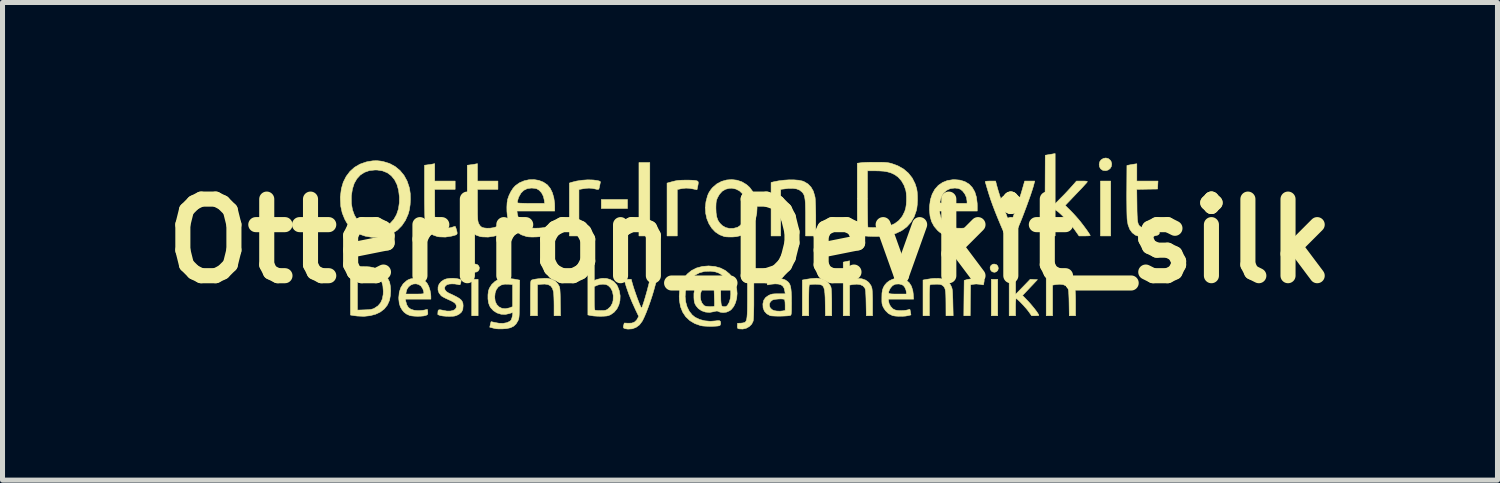
<source format=kicad_pcb>
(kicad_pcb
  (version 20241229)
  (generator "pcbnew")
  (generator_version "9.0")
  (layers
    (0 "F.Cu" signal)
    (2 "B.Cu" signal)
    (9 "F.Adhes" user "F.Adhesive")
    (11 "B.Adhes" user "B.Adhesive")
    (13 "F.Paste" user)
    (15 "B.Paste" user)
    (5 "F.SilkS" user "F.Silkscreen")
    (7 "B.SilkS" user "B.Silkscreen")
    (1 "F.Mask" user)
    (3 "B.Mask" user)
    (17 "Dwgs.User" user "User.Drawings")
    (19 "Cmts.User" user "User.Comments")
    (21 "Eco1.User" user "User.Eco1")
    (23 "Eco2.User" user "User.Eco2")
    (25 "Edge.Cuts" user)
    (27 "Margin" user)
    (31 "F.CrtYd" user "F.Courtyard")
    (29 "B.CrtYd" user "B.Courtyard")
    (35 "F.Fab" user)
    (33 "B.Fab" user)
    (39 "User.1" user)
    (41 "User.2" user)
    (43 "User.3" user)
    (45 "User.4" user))
  (footprint "OtterIron_Devkit_silk"
    (layer "F.Cu")
    (at 11.873 1.746)
    (property "Reference" "OtterIron_Devkit_silk" (at 0 0 0) (layer "F.SilkS") (effects (font (size 1.524 1.524) (thickness 0.3))))
    (attr through_hole)
    (fp_poly (pts (xy -5.41 1.486) (xy -5.537 1.486) (xy -5.537 0.762) (xy -5.41 0.762) (xy -5.41 1.486)) (stroke (width 0.01) (type solid)) (fill yes) (layer "F.SilkS"))
    (fp_poly (pts (xy -2.438 -0.648) (xy -2.959 -0.648) (xy -2.959 -0.826) (xy -2.438 -0.826) (xy -2.438 -0.648)) (stroke (width 0.01) (type solid)) (fill yes) (layer "F.SilkS"))
    (fp_poly (pts (xy -1.994 -0.102) (xy -2.21 -0.102) (xy -2.21 -1.562) (xy -1.994 -1.562) (xy -1.994 -0.102)) (stroke (width 0.01) (type solid)) (fill yes) (layer "F.SilkS"))
    (fp_poly (pts (xy 4.928 1.486) (xy 4.801 1.486) (xy 4.801 0.762) (xy 4.928 0.762) (xy 4.928 1.486)) (stroke (width 0.01) (type solid)) (fill yes) (layer "F.SilkS"))
    (fp_poly (pts (xy 7.176 -0.102) (xy 6.972 -0.102) (xy 6.972 -1.194) (xy 7.176 -1.194) (xy 7.176 -0.102)) (stroke (width 0.01) (type solid)) (fill yes) (layer "F.SilkS"))
    (fp_poly (pts (xy 4.901 0.468) (xy 4.93 0.497) (xy 4.94 0.542) (xy 4.93 0.583) (xy 4.903 0.61) (xy 4.867 0.622) (xy 4.828 0.615) (xy 4.801 0.597) (xy 4.779 0.56) (xy 4.777 0.521) (xy 4.794 0.487) (xy 4.825 0.463) (xy 4.857 0.457) (xy 4.901 0.468)) (stroke (width 0.01) (type solid)) (fill yes) (layer "F.SilkS"))
    (fp_poly (pts (xy 0.044 0.463) (xy 0.074 0.483) (xy 0.09 0.514) (xy 0.09 0.518) (xy 0.084 0.568) (xy 0.061 0.603) (xy 0.027 0.622) (xy -0.016 0.62) (xy -0.04 0.609) (xy -0.062 0.583) (xy -0.071 0.545) (xy -0.066 0.505) (xy -0.058 0.488) (xy -0.03 0.465) (xy 0.007 0.457) (xy 0.044 0.463)) (stroke (width 0.01) (type solid)) (fill yes) (layer "F.SilkS"))
    (fp_poly (pts (xy -5.426 0.468) (xy -5.398 0.495) (xy -5.385 0.531) (xy -5.392 0.57) (xy -5.41 0.597) (xy -5.446 0.617) (xy -5.486 0.62) (xy -5.522 0.606) (xy -5.529 0.599) (xy -5.546 0.565) (xy -5.549 0.524) (xy -5.538 0.487) (xy -5.53 0.477) (xy -5.504 0.463) (xy -5.468 0.457) (xy -5.467 0.457) (xy -5.426 0.468)) (stroke (width 0.01) (type solid)) (fill yes) (layer "F.SilkS"))
    (fp_poly (pts (xy 7.128 -1.641) (xy 7.168 -1.608) (xy 7.183 -1.586) (xy 7.197 -1.535) (xy 7.19 -1.486) (xy 7.166 -1.445) (xy 7.128 -1.415) (xy 7.081 -1.4) (xy 7.028 -1.405) (xy 7.015 -1.41) (xy 6.976 -1.437) (xy 6.953 -1.479) (xy 6.947 -1.528) (xy 6.958 -1.577) (xy 6.984 -1.614) (xy 7.03 -1.644) (xy 7.08 -1.653) (xy 7.128 -1.641)) (stroke (width 0.01) (type solid)) (fill yes) (layer "F.SilkS"))
    (fp_poly (pts (xy -1.217 -1.212) (xy -1.156 -1.21) (xy -1.106 -1.207) (xy -1.076 -1.203) (xy -1.049 -1.195) (xy -1.034 -1.183) (xy -1.029 -1.16) (xy -1.034 -1.123) (xy -1.042 -1.082) (xy -1.055 -1.021) (xy -1.134 -1.037) (xy -1.21 -1.05) (xy -1.275 -1.053) (xy -1.343 -1.046) (xy -1.376 -1.04) (xy -1.448 -1.025) (xy -1.448 -0.102) (xy -1.651 -0.102) (xy -1.651 -1.153) (xy -1.546 -1.182) (xy -1.49 -1.196) (xy -1.435 -1.206) (xy -1.373 -1.21) (xy -1.295 -1.212) (xy -1.283 -1.212) (xy -1.217 -1.212)) (stroke (width 0.01) (type solid)) (fill yes) (layer "F.SilkS"))
    (fp_poly (pts (xy 4.564 0.746) (xy 4.613 0.75) (xy 4.627 0.753) (xy 4.65 0.761) (xy 4.659 0.775) (xy 4.658 0.801) (xy 4.655 0.816) (xy 4.65 0.849) (xy 4.645 0.869) (xy 4.644 0.871) (xy 4.632 0.871) (xy 4.602 0.866) (xy 4.576 0.861) (xy 4.501 0.854) (xy 4.449 0.859) (xy 4.388 0.87) (xy 4.384 1.178) (xy 4.381 1.486) (xy 4.254 1.486) (xy 4.257 1.134) (xy 4.261 0.783) (xy 4.324 0.765) (xy 4.374 0.756) (xy 4.436 0.749) (xy 4.502 0.746) (xy 4.564 0.746)) (stroke (width 0.01) (type solid)) (fill yes) (layer "F.SilkS"))
    (fp_poly (pts (xy -3.122 -1.215) (xy -3.043 -1.205) (xy -3.002 -1.195) (xy -2.981 -1.185) (xy -2.976 -1.172) (xy -2.977 -1.17) (xy -2.983 -1.144) (xy -2.99 -1.108) (xy -2.991 -1.105) (xy -3 -1.06) (xy -3.008 -1.035) (xy -3.023 -1.026) (xy -3.049 -1.029) (xy -3.083 -1.037) (xy -3.147 -1.049) (xy -3.204 -1.053) (xy -3.266 -1.049) (xy -3.323 -1.04) (xy -3.404 -1.026) (xy -3.404 -0.102) (xy -3.594 -0.102) (xy -3.594 -1.154) (xy -3.552 -1.168) (xy -3.453 -1.193) (xy -3.342 -1.21) (xy -3.229 -1.218) (xy -3.122 -1.215)) (stroke (width 0.01) (type solid)) (fill yes) (layer "F.SilkS"))
    (fp_poly (pts (xy 0.076 1.153) (xy 0.076 1.275) (xy 0.074 1.381) (xy 0.072 1.468) (xy 0.069 1.534) (xy 0.065 1.578) (xy 0.062 1.593) (xy 0.033 1.653) (xy -0.015 1.701) (xy -0.076 1.735) (xy -0.145 1.751) (xy -0.218 1.747) (xy -0.232 1.744) (xy -0.247 1.734) (xy -0.252 1.711) (xy -0.252 1.687) (xy -0.248 1.636) (xy -0.183 1.634) (xy -0.141 1.629) (xy -0.108 1.62) (xy -0.097 1.615) (xy -0.085 1.601) (xy -0.074 1.581) (xy -0.066 1.552) (xy -0.06 1.511) (xy -0.056 1.457) (xy -0.053 1.386) (xy -0.052 1.296) (xy -0.051 1.184) (xy -0.051 1.133) (xy -0.051 0.762) (xy 0.076 0.762) (xy 0.076 1.153)) (stroke (width 0.01) (type solid)) (fill yes) (layer "F.SilkS"))
    (fp_poly (pts (xy 1.981 0.764) (xy 2.035 0.754) (xy 2.136 0.743) (xy 2.226 0.751) (xy 2.302 0.778) (xy 2.362 0.823) (xy 2.406 0.885) (xy 2.424 0.933) (xy 2.429 0.963) (xy 2.433 1.013) (xy 2.436 1.079) (xy 2.438 1.157) (xy 2.438 1.235) (xy 2.438 1.486) (xy 2.314 1.486) (xy 2.309 1.229) (xy 2.307 1.137) (xy 2.304 1.067) (xy 2.301 1.015) (xy 2.297 0.978) (xy 2.291 0.951) (xy 2.283 0.933) (xy 2.283 0.932) (xy 2.247 0.892) (xy 2.194 0.867) (xy 2.124 0.858) (xy 2.04 0.866) (xy 2.029 0.868) (xy 1.981 0.877) (xy 1.981 1.486) (xy 1.854 1.486) (xy 1.854 0.42) (xy 1.889 0.412) (xy 1.927 0.404) (xy 1.953 0.399) (xy 1.981 0.393) (xy 1.981 0.764)) (stroke (width 0.01) (type solid)) (fill yes) (layer "F.SilkS"))
    (fp_poly (pts (xy 1.411 0.748) (xy 1.479 0.771) (xy 1.534 0.808) (xy 1.545 0.818) (xy 1.581 0.862) (xy 1.607 0.907) (xy 1.611 0.921) (xy 1.616 0.951) (xy 1.62 1.002) (xy 1.623 1.071) (xy 1.625 1.152) (xy 1.626 1.229) (xy 1.626 1.486) (xy 1.5 1.486) (xy 1.496 1.229) (xy 1.494 1.122) (xy 1.489 1.038) (xy 1.481 0.973) (xy 1.468 0.926) (xy 1.449 0.894) (xy 1.421 0.874) (xy 1.384 0.864) (xy 1.336 0.86) (xy 1.294 0.859) (xy 1.245 0.861) (xy 1.206 0.864) (xy 1.184 0.868) (xy 1.182 0.869) (xy 1.177 0.883) (xy 1.173 0.919) (xy 1.171 0.978) (xy 1.169 1.061) (xy 1.168 1.168) (xy 1.168 1.182) (xy 1.168 1.486) (xy 1.041 1.486) (xy 1.041 0.776) (xy 1.108 0.763) (xy 1.228 0.745) (xy 1.328 0.739) (xy 1.411 0.748)) (stroke (width 0.01) (type solid)) (fill yes) (layer "F.SilkS"))
    (fp_poly (pts (xy 5.284 0.727) (xy 5.284 1.06) (xy 5.43 0.911) (xy 5.575 0.761) (xy 5.719 0.768) (xy 5.57 0.926) (xy 5.422 1.083) (xy 5.516 1.18) (xy 5.567 1.235) (xy 5.619 1.296) (xy 5.668 1.357) (xy 5.71 1.413) (xy 5.738 1.457) (xy 5.742 1.463) (xy 5.746 1.476) (xy 5.739 1.483) (xy 5.715 1.485) (xy 5.678 1.486) (xy 5.603 1.486) (xy 5.544 1.403) (xy 5.514 1.364) (xy 5.475 1.319) (xy 5.433 1.272) (xy 5.39 1.227) (xy 5.351 1.188) (xy 5.319 1.159) (xy 5.299 1.144) (xy 5.295 1.143) (xy 5.29 1.155) (xy 5.287 1.188) (xy 5.284 1.236) (xy 5.283 1.297) (xy 5.283 1.314) (xy 5.283 1.486) (xy 5.156 1.486) (xy 5.156 0.42) (xy 5.191 0.412) (xy 5.229 0.404) (xy 5.255 0.399) (xy 5.283 0.393) (xy 5.284 0.727)) (stroke (width 0.01) (type solid)) (fill yes) (layer "F.SilkS"))
    (fp_poly (pts (xy 6.02 0.765) (xy 6.061 0.757) (xy 6.126 0.745) (xy 6.175 0.74) (xy 6.217 0.741) (xy 6.262 0.748) (xy 6.267 0.749) (xy 6.331 0.769) (xy 6.383 0.804) (xy 6.389 0.809) (xy 6.416 0.836) (xy 6.437 0.866) (xy 6.453 0.901) (xy 6.464 0.946) (xy 6.471 1.003) (xy 6.475 1.077) (xy 6.477 1.171) (xy 6.477 1.234) (xy 6.477 1.486) (xy 6.352 1.486) (xy 6.348 1.229) (xy 6.346 1.137) (xy 6.343 1.068) (xy 6.34 1.016) (xy 6.336 0.979) (xy 6.33 0.953) (xy 6.323 0.934) (xy 6.322 0.932) (xy 6.286 0.891) (xy 6.231 0.867) (xy 6.159 0.859) (xy 6.07 0.868) (xy 6.067 0.869) (xy 6.02 0.877) (xy 6.02 1.486) (xy 5.893 1.486) (xy 5.893 0.42) (xy 5.928 0.412) (xy 5.965 0.404) (xy 5.991 0.399) (xy 6.02 0.393) (xy 6.02 0.765)) (stroke (width 0.01) (type solid)) (fill yes) (layer "F.SilkS"))
    (fp_poly (pts (xy 0.878 -1.217) (xy 0.967 -1.21) (xy 1.039 -1.195) (xy 1.073 -1.183) (xy 1.153 -1.136) (xy 1.214 -1.072) (xy 1.26 -0.992) (xy 1.289 -0.892) (xy 1.295 -0.863) (xy 1.298 -0.828) (xy 1.301 -0.772) (xy 1.304 -0.699) (xy 1.306 -0.615) (xy 1.308 -0.522) (xy 1.308 -0.441) (xy 1.308 -0.102) (xy 1.105 -0.102) (xy 1.105 -0.45) (xy 1.105 -0.572) (xy 1.103 -0.671) (xy 1.101 -0.751) (xy 1.096 -0.814) (xy 1.089 -0.863) (xy 1.08 -0.901) (xy 1.068 -0.93) (xy 1.052 -0.955) (xy 1.032 -0.977) (xy 1.03 -0.979) (xy 0.984 -1.015) (xy 0.925 -1.038) (xy 0.853 -1.048) (xy 0.764 -1.047) (xy 0.655 -1.034) (xy 0.651 -1.034) (xy 0.61 -1.028) (xy 0.61 -0.102) (xy 0.419 -0.102) (xy 0.419 -1.165) (xy 0.473 -1.179) (xy 0.571 -1.198) (xy 0.675 -1.211) (xy 0.779 -1.218) (xy 0.878 -1.217)) (stroke (width 0.01) (type solid)) (fill yes) (layer "F.SilkS"))
    (fp_poly (pts (xy -4.04 0.742) (xy -4.022 0.743) (xy -3.942 0.762) (xy -3.88 0.794) (xy -3.831 0.843) (xy -3.802 0.889) (xy -3.794 0.907) (xy -3.788 0.929) (xy -3.783 0.958) (xy -3.78 0.999) (xy -3.777 1.056) (xy -3.775 1.13) (xy -3.774 1.21) (xy -3.77 1.486) (xy -3.899 1.486) (xy -3.899 1.278) (xy -3.9 1.202) (xy -3.902 1.129) (xy -3.905 1.066) (xy -3.909 1.019) (xy -3.912 1.003) (xy -3.932 0.939) (xy -3.966 0.894) (xy -4.016 0.867) (xy -4.083 0.856) (xy -4.15 0.859) (xy -4.229 0.867) (xy -4.229 1.486) (xy -4.369 1.486) (xy -4.369 1.137) (xy -4.369 1.033) (xy -4.368 0.952) (xy -4.367 0.891) (xy -4.366 0.846) (xy -4.363 0.815) (xy -4.359 0.795) (xy -4.355 0.784) (xy -4.348 0.778) (xy -4.347 0.777) (xy -4.317 0.767) (xy -4.27 0.758) (xy -4.211 0.75) (xy -4.148 0.745) (xy -4.089 0.741) (xy -4.04 0.742)) (stroke (width 0.01) (type solid)) (fill yes) (layer "F.SilkS"))
    (fp_poly (pts (xy 3.84 0.756) (xy 3.913 0.786) (xy 3.921 0.791) (xy 3.952 0.82) (xy 3.983 0.862) (xy 3.996 0.886) (xy 4.007 0.91) (xy 4.016 0.932) (xy 4.022 0.958) (xy 4.027 0.99) (xy 4.03 1.033) (xy 4.032 1.091) (xy 4.035 1.169) (xy 4.036 1.22) (xy 4.042 1.486) (xy 3.899 1.486) (xy 3.898 1.241) (xy 3.897 1.142) (xy 3.895 1.065) (xy 3.89 1.006) (xy 3.883 0.963) (xy 3.872 0.931) (xy 3.856 0.907) (xy 3.837 0.888) (xy 3.831 0.884) (xy 3.808 0.87) (xy 3.78 0.862) (xy 3.739 0.859) (xy 3.696 0.859) (xy 3.647 0.861) (xy 3.608 0.864) (xy 3.585 0.868) (xy 3.583 0.869) (xy 3.578 0.883) (xy 3.574 0.919) (xy 3.571 0.978) (xy 3.569 1.061) (xy 3.569 1.168) (xy 3.569 1.182) (xy 3.569 1.486) (xy 3.442 1.486) (xy 3.442 0.776) (xy 3.508 0.763) (xy 3.637 0.744) (xy 3.748 0.742) (xy 3.84 0.756)) (stroke (width 0.01) (type solid)) (fill yes) (layer "F.SilkS"))
    (fp_poly (pts (xy 6.071 -0.743) (xy 6.185 -0.858) (xy 6.242 -0.915) (xy 6.304 -0.98) (xy 6.363 -1.044) (xy 6.398 -1.083) (xy 6.496 -1.194) (xy 6.608 -1.194) (xy 6.661 -1.193) (xy 6.693 -1.191) (xy 6.708 -1.187) (xy 6.711 -1.179) (xy 6.708 -1.174) (xy 6.697 -1.16) (xy 6.67 -1.13) (xy 6.631 -1.087) (xy 6.582 -1.034) (xy 6.525 -0.975) (xy 6.484 -0.932) (xy 6.271 -0.709) (xy 6.376 -0.606) (xy 6.431 -0.549) (xy 6.492 -0.482) (xy 6.549 -0.416) (xy 6.572 -0.388) (xy 6.614 -0.334) (xy 6.656 -0.278) (xy 6.696 -0.224) (xy 6.729 -0.176) (xy 6.754 -0.138) (xy 6.768 -0.114) (xy 6.769 -0.109) (xy 6.757 -0.106) (xy 6.726 -0.103) (xy 6.681 -0.102) (xy 6.658 -0.102) (xy 6.546 -0.102) (xy 6.464 -0.219) (xy 6.421 -0.276) (xy 6.367 -0.341) (xy 6.308 -0.407) (xy 6.248 -0.471) (xy 6.191 -0.528) (xy 6.141 -0.573) (xy 6.112 -0.596) (xy 6.071 -0.624) (xy 6.071 -0.102) (xy 5.867 -0.102) (xy 5.874 -1.707) (xy 5.931 -1.717) (xy 5.977 -1.725) (xy 6.02 -1.732) (xy 6.029 -1.734) (xy 6.071 -1.741) (xy 6.071 -0.743)) (stroke (width 0.01) (type solid)) (fill yes) (layer "F.SilkS"))
    (fp_poly (pts (xy 7.696 -1.194) (xy 8.117 -1.194) (xy 8.109 -1.035) (xy 7.902 -1.032) (xy 7.695 -1.028) (xy 7.699 -0.708) (xy 7.7 -0.597) (xy 7.703 -0.508) (xy 7.707 -0.439) (xy 7.713 -0.386) (xy 7.722 -0.348) (xy 7.735 -0.32) (xy 7.751 -0.299) (xy 7.772 -0.284) (xy 7.791 -0.274) (xy 7.84 -0.26) (xy 7.903 -0.255) (xy 7.971 -0.258) (xy 8.034 -0.27) (xy 8.046 -0.274) (xy 8.081 -0.284) (xy 8.105 -0.289) (xy 8.111 -0.288) (xy 8.117 -0.273) (xy 8.127 -0.242) (xy 8.135 -0.214) (xy 8.144 -0.175) (xy 8.143 -0.148) (xy 8.13 -0.129) (xy 8.1 -0.115) (xy 8.05 -0.102) (xy 8.026 -0.096) (xy 7.896 -0.079) (xy 7.769 -0.086) (xy 7.747 -0.09) (xy 7.669 -0.117) (xy 7.605 -0.165) (xy 7.556 -0.233) (xy 7.522 -0.321) (xy 7.505 -0.416) (xy 7.502 -0.454) (xy 7.5 -0.514) (xy 7.498 -0.592) (xy 7.497 -0.685) (xy 7.496 -0.788) (xy 7.495 -0.899) (xy 7.496 -1.013) (xy 7.496 -1.015) (xy 7.499 -1.504) (xy 7.544 -1.513) (xy 7.586 -1.521) (xy 7.634 -1.529) (xy 7.642 -1.53) (xy 7.696 -1.538) (xy 7.696 -1.194)) (stroke (width 0.01) (type solid)) (fill yes) (layer "F.SilkS"))
    (fp_poly (pts (xy -7.627 0.51) (xy -7.564 0.515) (xy -7.512 0.524) (xy -7.477 0.534) (xy -7.373 0.577) (xy -7.288 0.637) (xy -7.223 0.713) (xy -7.177 0.805) (xy -7.169 0.829) (xy -7.155 0.905) (xy -7.15 0.993) (xy -7.156 1.084) (xy -7.171 1.168) (xy -7.176 1.185) (xy -7.216 1.274) (xy -7.276 1.35) (xy -7.355 1.411) (xy -7.45 1.456) (xy -7.56 1.485) (xy -7.682 1.498) (xy -7.816 1.492) (xy -7.83 1.49) (xy -7.871 1.485) (xy -7.909 1.479) (xy -7.95 1.472) (xy -7.95 1.374) (xy -7.811 1.374) (xy -7.668 1.369) (xy -7.598 1.366) (xy -7.548 1.361) (xy -7.511 1.352) (xy -7.48 1.341) (xy -7.474 1.337) (xy -7.402 1.289) (xy -7.35 1.228) (xy -7.316 1.153) (xy -7.299 1.062) (xy -7.297 0.997) (xy -7.305 0.892) (xy -7.329 0.806) (xy -7.371 0.738) (xy -7.43 0.687) (xy -7.509 0.651) (xy -7.607 0.63) (xy -7.68 0.625) (xy -7.811 0.619) (xy -7.811 1.374) (xy -7.95 1.374) (xy -7.95 0.998) (xy -7.95 0.524) (xy -7.903 0.516) (xy -7.871 0.513) (xy -7.82 0.51) (xy -7.76 0.509) (xy -7.707 0.508) (xy -7.627 0.51)) (stroke (width 0.01) (type solid)) (fill yes) (layer "F.SilkS"))
    (fp_poly (pts (xy -6.274 -1.194) (xy -5.867 -1.194) (xy -5.867 -1.029) (xy -6.274 -1.029) (xy -6.274 -0.714) (xy -6.273 -0.615) (xy -6.273 -0.538) (xy -6.271 -0.479) (xy -6.269 -0.435) (xy -6.265 -0.402) (xy -6.26 -0.378) (xy -6.254 -0.358) (xy -6.249 -0.347) (xy -6.222 -0.304) (xy -6.188 -0.274) (xy -6.187 -0.274) (xy -6.144 -0.261) (xy -6.086 -0.255) (xy -6.022 -0.256) (xy -5.961 -0.265) (xy -5.931 -0.273) (xy -5.896 -0.285) (xy -5.872 -0.291) (xy -5.867 -0.292) (xy -5.86 -0.281) (xy -5.849 -0.251) (xy -5.839 -0.216) (xy -5.829 -0.177) (xy -5.827 -0.15) (xy -5.836 -0.133) (xy -5.859 -0.12) (xy -5.9 -0.108) (xy -5.944 -0.097) (xy -6.062 -0.079) (xy -6.18 -0.083) (xy -6.219 -0.089) (xy -6.302 -0.118) (xy -6.37 -0.166) (xy -6.423 -0.234) (xy -6.431 -0.249) (xy -6.441 -0.274) (xy -6.45 -0.305) (xy -6.458 -0.343) (xy -6.464 -0.391) (xy -6.469 -0.451) (xy -6.472 -0.525) (xy -6.474 -0.616) (xy -6.476 -0.726) (xy -6.477 -0.858) (xy -6.477 -0.979) (xy -6.477 -1.508) (xy -6.412 -1.517) (xy -6.366 -1.523) (xy -6.324 -1.53) (xy -6.31 -1.533) (xy -6.274 -1.54) (xy -6.274 -1.194)) (stroke (width 0.01) (type solid)) (fill yes) (layer "F.SilkS"))
    (fp_poly (pts (xy -5.423 -1.194) (xy -5.016 -1.194) (xy -5.016 -1.029) (xy -5.423 -1.029) (xy -5.423 -0.714) (xy -5.422 -0.615) (xy -5.422 -0.538) (xy -5.42 -0.479) (xy -5.418 -0.435) (xy -5.414 -0.402) (xy -5.409 -0.378) (xy -5.403 -0.358) (xy -5.398 -0.347) (xy -5.371 -0.304) (xy -5.337 -0.274) (xy -5.336 -0.274) (xy -5.293 -0.261) (xy -5.235 -0.255) (xy -5.171 -0.256) (xy -5.11 -0.265) (xy -5.08 -0.273) (xy -5.045 -0.285) (xy -5.021 -0.291) (xy -5.016 -0.292) (xy -5.009 -0.281) (xy -4.998 -0.251) (xy -4.988 -0.216) (xy -4.978 -0.177) (xy -4.976 -0.15) (xy -4.985 -0.133) (xy -5.008 -0.12) (xy -5.049 -0.108) (xy -5.094 -0.097) (xy -5.211 -0.079) (xy -5.329 -0.083) (xy -5.368 -0.089) (xy -5.451 -0.118) (xy -5.519 -0.166) (xy -5.572 -0.234) (xy -5.58 -0.249) (xy -5.59 -0.274) (xy -5.6 -0.305) (xy -5.607 -0.343) (xy -5.613 -0.391) (xy -5.618 -0.451) (xy -5.621 -0.525) (xy -5.623 -0.616) (xy -5.625 -0.726) (xy -5.626 -0.858) (xy -5.626 -0.979) (xy -5.626 -1.508) (xy -5.561 -1.517) (xy -5.515 -1.523) (xy -5.473 -1.53) (xy -5.459 -1.533) (xy -5.423 -1.54) (xy -5.423 -1.194)) (stroke (width 0.01) (type solid)) (fill yes) (layer "F.SilkS"))
    (fp_poly (pts (xy 4.908 -1.108) (xy 4.935 -1.012) (xy 4.971 -0.897) (xy 5.012 -0.771) (xy 5.058 -0.639) (xy 5.106 -0.506) (xy 5.155 -0.377) (xy 5.156 -0.375) (xy 5.171 -0.337) (xy 5.19 -0.373) (xy 5.205 -0.407) (xy 5.227 -0.46) (xy 5.252 -0.528) (xy 5.281 -0.608) (xy 5.311 -0.695) (xy 5.341 -0.784) (xy 5.369 -0.871) (xy 5.395 -0.952) (xy 5.411 -1.006) (xy 5.465 -1.194) (xy 5.665 -1.194) (xy 5.656 -1.159) (xy 5.639 -1.094) (xy 5.613 -1.01) (xy 5.58 -0.911) (xy 5.541 -0.802) (xy 5.499 -0.686) (xy 5.455 -0.569) (xy 5.411 -0.454) (xy 5.367 -0.346) (xy 5.326 -0.25) (xy 5.302 -0.196) (xy 5.259 -0.102) (xy 5.17 -0.102) (xy 5.123 -0.102) (xy 5.095 -0.105) (xy 5.079 -0.114) (xy 5.068 -0.13) (xy 5.062 -0.143) (xy 4.989 -0.313) (xy 4.926 -0.464) (xy 4.872 -0.599) (xy 4.826 -0.72) (xy 4.786 -0.832) (xy 4.752 -0.937) (xy 4.731 -1.005) (xy 4.713 -1.065) (xy 4.698 -1.118) (xy 4.686 -1.157) (xy 4.68 -1.177) (xy 4.68 -1.178) (xy 4.684 -1.186) (xy 4.705 -1.191) (xy 4.747 -1.193) (xy 4.78 -1.194) (xy 4.886 -1.194) (xy 4.908 -1.108)) (stroke (width 0.01) (type solid)) (fill yes) (layer "F.SilkS"))
    (fp_poly (pts (xy -3.099 0.783) (xy -3.032 0.76) (xy -2.943 0.741) (xy -2.857 0.744) (xy -2.777 0.767) (xy -2.708 0.809) (xy -2.654 0.87) (xy -2.636 0.9) (xy -2.6 0.994) (xy -2.584 1.09) (xy -2.588 1.183) (xy -2.61 1.271) (xy -2.648 1.349) (xy -2.703 1.415) (xy -2.773 1.465) (xy -2.818 1.484) (xy -2.854 1.491) (xy -2.909 1.495) (xy -2.974 1.497) (xy -3.042 1.495) (xy -3.106 1.491) (xy -3.159 1.484) (xy -3.165 1.483) (xy -3.226 1.47) (xy -3.226 0.906) (xy -3.099 0.906) (xy -3.099 1.138) (xy -3.098 1.226) (xy -3.097 1.291) (xy -3.094 1.336) (xy -3.09 1.363) (xy -3.084 1.375) (xy -3.083 1.376) (xy -3.063 1.379) (xy -3.026 1.382) (xy -2.978 1.383) (xy -2.971 1.383) (xy -2.916 1.382) (xy -2.879 1.378) (xy -2.85 1.367) (xy -2.831 1.355) (xy -2.774 1.302) (xy -2.737 1.234) (xy -2.724 1.181) (xy -2.721 1.086) (xy -2.737 1.003) (xy -2.773 0.933) (xy -2.823 0.884) (xy -2.867 0.865) (xy -2.925 0.858) (xy -2.988 0.864) (xy -3.045 0.881) (xy -3.099 0.906) (xy -3.226 0.906) (xy -3.226 0.42) (xy -3.197 0.414) (xy -3.162 0.407) (xy -3.134 0.401) (xy -3.099 0.393) (xy -3.099 0.783)) (stroke (width 0.01) (type solid)) (fill yes) (layer "F.SilkS"))
    (fp_poly (pts (xy -2.349 0.816) (xy -2.334 0.869) (xy -2.315 0.932) (xy -2.291 1.002) (xy -2.266 1.074) (xy -2.241 1.144) (xy -2.216 1.209) (xy -2.194 1.264) (xy -2.175 1.306) (xy -2.163 1.329) (xy -2.158 1.333) (xy -2.151 1.322) (xy -2.139 1.29) (xy -2.123 1.242) (xy -2.103 1.181) (xy -2.083 1.113) (xy -2.062 1.04) (xy -2.042 0.968) (xy -2.025 0.9) (xy -2.024 0.899) (xy -1.99 0.762) (xy -1.921 0.762) (xy -1.881 0.763) (xy -1.861 0.768) (xy -1.858 0.777) (xy -1.859 0.781) (xy -1.866 0.804) (xy -1.876 0.841) (xy -1.887 0.88) (xy -1.915 0.983) (xy -1.948 1.092) (xy -1.985 1.204) (xy -2.024 1.313) (xy -2.062 1.413) (xy -2.099 1.501) (xy -2.133 1.572) (xy -2.146 1.596) (xy -2.2 1.668) (xy -2.268 1.718) (xy -2.345 1.747) (xy -2.43 1.752) (xy -2.483 1.744) (xy -2.511 1.733) (xy -2.521 1.714) (xy -2.516 1.681) (xy -2.514 1.675) (xy -2.502 1.631) (xy -2.423 1.635) (xy -2.351 1.632) (xy -2.297 1.611) (xy -2.256 1.572) (xy -2.239 1.543) (xy -2.215 1.498) (xy -2.277 1.368) (xy -2.347 1.214) (xy -2.409 1.062) (xy -2.459 0.919) (xy -2.469 0.887) (xy -2.483 0.838) (xy -2.495 0.798) (xy -2.501 0.774) (xy -2.502 0.77) (xy -2.49 0.765) (xy -2.461 0.763) (xy -2.433 0.762) (xy -2.363 0.762) (xy -2.349 0.816)) (stroke (width 0.01) (type solid)) (fill yes) (layer "F.SilkS"))
    (fp_poly (pts (xy -6.569 0.751) (xy -6.5 0.775) (xy -6.446 0.816) (xy -6.418 0.851) (xy -6.39 0.908) (xy -6.367 0.98) (xy -6.353 1.056) (xy -6.35 1.102) (xy -6.35 1.156) (xy -6.857 1.156) (xy -6.85 1.197) (xy -6.829 1.27) (xy -6.797 1.322) (xy -6.749 1.357) (xy -6.684 1.377) (xy -6.624 1.383) (xy -6.568 1.383) (xy -6.516 1.379) (xy -6.476 1.373) (xy -6.474 1.372) (xy -6.442 1.364) (xy -6.422 1.361) (xy -6.42 1.361) (xy -6.416 1.375) (xy -6.413 1.405) (xy -6.412 1.415) (xy -6.411 1.448) (xy -6.42 1.465) (xy -6.445 1.478) (xy -6.452 1.48) (xy -6.493 1.49) (xy -6.551 1.495) (xy -6.617 1.497) (xy -6.682 1.494) (xy -6.739 1.488) (xy -6.772 1.481) (xy -6.837 1.451) (xy -6.887 1.412) (xy -6.922 1.369) (xy -6.957 1.309) (xy -6.979 1.241) (xy -6.988 1.159) (xy -6.989 1.124) (xy -6.982 1.054) (xy -6.849 1.054) (xy -6.669 1.054) (xy -6.599 1.054) (xy -6.549 1.053) (xy -6.518 1.051) (xy -6.5 1.047) (xy -6.492 1.041) (xy -6.49 1.031) (xy -6.49 1.026) (xy -6.495 0.996) (xy -6.508 0.958) (xy -6.514 0.944) (xy -6.548 0.894) (xy -6.594 0.864) (xy -6.646 0.851) (xy -6.7 0.855) (xy -6.751 0.876) (xy -6.795 0.912) (xy -6.827 0.962) (xy -6.841 1.01) (xy -6.849 1.054) (xy -6.982 1.054) (xy -6.979 1.019) (xy -6.949 0.928) (xy -6.901 0.851) (xy -6.834 0.791) (xy -6.802 0.771) (xy -6.763 0.755) (xy -6.718 0.746) (xy -6.658 0.744) (xy -6.655 0.744) (xy -6.569 0.751)) (stroke (width 0.01) (type solid)) (fill yes) (layer "F.SilkS"))
    (fp_poly (pts (xy 3.032 0.747) (xy 3.107 0.778) (xy 3.167 0.829) (xy 3.211 0.898) (xy 3.239 0.987) (xy 3.248 1.057) (xy 3.255 1.156) (xy 2.756 1.156) (xy 2.756 1.19) (xy 2.767 1.244) (xy 2.795 1.298) (xy 2.836 1.343) (xy 2.856 1.357) (xy 2.892 1.373) (xy 2.933 1.381) (xy 2.988 1.384) (xy 3 1.384) (xy 3.053 1.382) (xy 3.102 1.377) (xy 3.135 1.37) (xy 3.136 1.37) (xy 3.164 1.362) (xy 3.18 1.36) (xy 3.181 1.361) (xy 3.185 1.375) (xy 3.191 1.405) (xy 3.193 1.418) (xy 3.202 1.47) (xy 3.145 1.484) (xy 3.093 1.493) (xy 3.028 1.497) (xy 2.959 1.497) (xy 2.894 1.493) (xy 2.843 1.485) (xy 2.829 1.48) (xy 2.754 1.442) (xy 2.694 1.383) (xy 2.66 1.332) (xy 2.644 1.3) (xy 2.633 1.272) (xy 2.626 1.242) (xy 2.623 1.201) (xy 2.623 1.145) (xy 2.623 1.124) (xy 2.625 1.04) (xy 2.628 1.02) (xy 2.756 1.02) (xy 2.759 1.037) (xy 2.776 1.047) (xy 2.81 1.052) (xy 2.863 1.054) (xy 2.934 1.054) (xy 3.111 1.054) (xy 3.111 1.022) (xy 3.102 0.972) (xy 3.079 0.92) (xy 3.05 0.884) (xy 3.019 0.867) (xy 2.974 0.856) (xy 2.96 0.854) (xy 2.893 0.858) (xy 2.838 0.885) (xy 2.794 0.935) (xy 2.782 0.957) (xy 2.765 0.994) (xy 2.756 1.02) (xy 2.628 1.02) (xy 2.635 0.974) (xy 2.654 0.921) (xy 2.684 0.872) (xy 2.722 0.829) (xy 2.767 0.794) (xy 2.827 0.764) (xy 2.89 0.743) (xy 2.941 0.737) (xy 3.032 0.747)) (stroke (width 0.01) (type solid)) (fill yes) (layer "F.SilkS"))
    (fp_poly (pts (xy -5.841 0.746) (xy -5.781 0.759) (xy -5.774 0.761) (xy -5.754 0.772) (xy -5.748 0.788) (xy -5.753 0.819) (xy -5.753 0.819) (xy -5.762 0.855) (xy -5.772 0.87) (xy -5.791 0.87) (xy -5.817 0.863) (xy -5.871 0.854) (xy -5.931 0.852) (xy -5.987 0.856) (xy -6.029 0.868) (xy -6.032 0.869) (xy -6.065 0.898) (xy -6.078 0.933) (xy -6.069 0.971) (xy -6.041 1.006) (xy -5.995 1.035) (xy -5.904 1.077) (xy -5.835 1.112) (xy -5.783 1.143) (xy -5.748 1.173) (xy -5.726 1.204) (xy -5.713 1.238) (xy -5.709 1.279) (xy -5.709 1.295) (xy -5.715 1.36) (xy -5.738 1.41) (xy -5.78 1.449) (xy -5.817 1.47) (xy -5.849 1.484) (xy -5.882 1.493) (xy -5.923 1.497) (xy -5.982 1.498) (xy -5.994 1.498) (xy -6.054 1.496) (xy -6.11 1.491) (xy -6.154 1.484) (xy -6.166 1.481) (xy -6.196 1.47) (xy -6.213 1.46) (xy -6.213 1.457) (xy -6.211 1.438) (xy -6.21 1.419) (xy -6.207 1.388) (xy -6.195 1.371) (xy -6.17 1.367) (xy -6.127 1.374) (xy -6.108 1.379) (xy -6.031 1.393) (xy -5.962 1.393) (xy -5.906 1.381) (xy -5.866 1.358) (xy -5.845 1.323) (xy -5.842 1.304) (xy -5.847 1.272) (xy -5.863 1.244) (xy -5.895 1.218) (xy -5.945 1.19) (xy -6.007 1.162) (xy -6.059 1.138) (xy -6.105 1.114) (xy -6.137 1.094) (xy -6.145 1.088) (xy -6.188 1.033) (xy -6.208 0.974) (xy -6.207 0.914) (xy -6.186 0.857) (xy -6.145 0.807) (xy -6.087 0.769) (xy -6.046 0.754) (xy -5.985 0.743) (xy -5.913 0.74) (xy -5.841 0.746)) (stroke (width 0.01) (type solid)) (fill yes) (layer "F.SilkS"))
    (fp_poly (pts (xy -0.26 -1.211) (xy -0.161 -1.178) (xy -0.071 -1.124) (xy -0.008 -1.068) (xy 0.055 -0.983) (xy 0.1 -0.885) (xy 0.129 -0.777) (xy 0.14 -0.666) (xy 0.134 -0.553) (xy 0.111 -0.444) (xy 0.071 -0.344) (xy 0.014 -0.255) (xy -0.037 -0.201) (xy -0.111 -0.144) (xy -0.187 -0.108) (xy -0.274 -0.087) (xy -0.348 -0.081) (xy -0.406 -0.081) (xy -0.461 -0.083) (xy -0.502 -0.087) (xy -0.511 -0.089) (xy -0.607 -0.126) (xy -0.691 -0.182) (xy -0.761 -0.256) (xy -0.817 -0.344) (xy -0.858 -0.443) (xy -0.882 -0.551) (xy -0.889 -0.66) (xy -0.679 -0.66) (xy -0.675 -0.56) (xy -0.662 -0.479) (xy -0.639 -0.413) (xy -0.602 -0.357) (xy -0.552 -0.308) (xy -0.545 -0.303) (xy -0.484 -0.268) (xy -0.41 -0.251) (xy -0.332 -0.252) (xy -0.256 -0.271) (xy -0.244 -0.276) (xy -0.196 -0.309) (xy -0.149 -0.36) (xy -0.11 -0.421) (xy -0.093 -0.462) (xy -0.077 -0.527) (xy -0.069 -0.605) (xy -0.069 -0.688) (xy -0.076 -0.767) (xy -0.091 -0.834) (xy -0.1 -0.86) (xy -0.146 -0.937) (xy -0.207 -0.996) (xy -0.279 -1.034) (xy -0.358 -1.051) (xy -0.409 -1.05) (xy -0.488 -1.03) (xy -0.555 -0.99) (xy -0.609 -0.929) (xy -0.646 -0.864) (xy -0.661 -0.828) (xy -0.671 -0.794) (xy -0.676 -0.754) (xy -0.678 -0.702) (xy -0.679 -0.66) (xy -0.889 -0.66) (xy -0.889 -0.665) (xy -0.877 -0.781) (xy -0.846 -0.898) (xy -0.826 -0.948) (xy -0.804 -0.986) (xy -0.772 -1.032) (xy -0.741 -1.068) (xy -0.659 -1.138) (xy -0.566 -1.187) (xy -0.466 -1.215) (xy -0.363 -1.223) (xy -0.26 -1.211)) (stroke (width 0.01) (type solid)) (fill yes) (layer "F.SilkS"))
    (fp_poly (pts (xy 4.179 -1.212) (xy 4.276 -1.182) (xy 4.358 -1.133) (xy 4.423 -1.064) (xy 4.473 -0.977) (xy 4.505 -0.871) (xy 4.52 -0.748) (xy 4.521 -0.702) (xy 4.521 -0.597) (xy 3.77 -0.597) (xy 3.778 -0.543) (xy 3.794 -0.48) (xy 3.819 -0.418) (xy 3.849 -0.365) (xy 3.865 -0.345) (xy 3.905 -0.309) (xy 3.953 -0.284) (xy 4.012 -0.268) (xy 4.088 -0.259) (xy 4.129 -0.256) (xy 4.207 -0.255) (xy 4.267 -0.259) (xy 4.317 -0.267) (xy 4.337 -0.273) (xy 4.378 -0.282) (xy 4.408 -0.286) (xy 4.42 -0.283) (xy 4.427 -0.266) (xy 4.434 -0.232) (xy 4.439 -0.202) (xy 4.447 -0.131) (xy 4.367 -0.108) (xy 4.297 -0.093) (xy 4.214 -0.084) (xy 4.126 -0.08) (xy 4.042 -0.082) (xy 3.97 -0.09) (xy 3.946 -0.095) (xy 3.876 -0.116) (xy 3.82 -0.143) (xy 3.767 -0.181) (xy 3.73 -0.214) (xy 3.662 -0.294) (xy 3.612 -0.387) (xy 3.582 -0.495) (xy 3.57 -0.619) (xy 3.572 -0.696) (xy 3.584 -0.782) (xy 3.779 -0.782) (xy 3.78 -0.759) (xy 3.781 -0.759) (xy 3.794 -0.756) (xy 3.83 -0.753) (xy 3.883 -0.751) (xy 3.95 -0.75) (xy 4.027 -0.749) (xy 4.052 -0.749) (xy 4.318 -0.749) (xy 4.318 -0.792) (xy 4.307 -0.865) (xy 4.275 -0.936) (xy 4.229 -0.996) (xy 4.186 -1.03) (xy 4.141 -1.047) (xy 4.08 -1.054) (xy 4.069 -1.054) (xy 3.984 -1.043) (xy 3.912 -1.01) (xy 3.854 -0.957) (xy 3.843 -0.943) (xy 3.822 -0.907) (xy 3.803 -0.863) (xy 3.788 -0.819) (xy 3.779 -0.782) (xy 3.584 -0.782) (xy 3.589 -0.823) (xy 3.625 -0.934) (xy 3.677 -1.029) (xy 3.746 -1.107) (xy 3.83 -1.165) (xy 3.927 -1.204) (xy 4.037 -1.221) (xy 4.066 -1.222) (xy 4.179 -1.212)) (stroke (width 0.01) (type solid)) (fill yes) (layer "F.SilkS"))
    (fp_poly (pts (xy -4.201 -1.207) (xy -4.112 -1.172) (xy -4.034 -1.119) (xy -4.028 -1.113) (xy -3.975 -1.047) (xy -3.933 -0.962) (xy -3.904 -0.862) (xy -3.888 -0.751) (xy -3.886 -0.695) (xy -3.886 -0.597) (xy -4.638 -0.597) (xy -4.629 -0.537) (xy -4.605 -0.448) (xy -4.564 -0.373) (xy -4.506 -0.315) (xy -4.435 -0.276) (xy -4.4 -0.265) (xy -4.348 -0.258) (xy -4.282 -0.256) (xy -4.211 -0.257) (xy -4.141 -0.262) (xy -4.081 -0.271) (xy -4.038 -0.282) (xy -4.037 -0.283) (xy -4.012 -0.293) (xy -3.997 -0.294) (xy -3.986 -0.284) (xy -3.979 -0.258) (xy -3.972 -0.213) (xy -3.969 -0.189) (xy -3.96 -0.131) (xy -4.041 -0.108) (xy -4.099 -0.096) (xy -4.173 -0.087) (xy -4.253 -0.082) (xy -4.333 -0.08) (xy -4.402 -0.083) (xy -4.444 -0.089) (xy -4.549 -0.124) (xy -4.641 -0.179) (xy -4.718 -0.253) (xy -4.778 -0.343) (xy -4.818 -0.447) (xy -4.819 -0.45) (xy -4.83 -0.514) (xy -4.837 -0.593) (xy -4.838 -0.676) (xy -4.834 -0.755) (xy -4.832 -0.768) (xy -4.629 -0.768) (xy -4.628 -0.76) (xy -4.614 -0.757) (xy -4.578 -0.754) (xy -4.525 -0.752) (xy -4.457 -0.75) (xy -4.38 -0.749) (xy -4.354 -0.749) (xy -4.086 -0.749) (xy -4.093 -0.812) (xy -4.112 -0.891) (xy -4.147 -0.959) (xy -4.195 -1.011) (xy -4.246 -1.041) (xy -4.279 -1.048) (xy -4.325 -1.053) (xy -4.354 -1.054) (xy -4.434 -1.043) (xy -4.502 -1.009) (xy -4.558 -0.953) (xy -4.601 -0.877) (xy -4.616 -0.833) (xy -4.626 -0.796) (xy -4.629 -0.768) (xy -4.832 -0.768) (xy -4.824 -0.821) (xy -4.821 -0.834) (xy -4.795 -0.908) (xy -4.758 -0.983) (xy -4.715 -1.05) (xy -4.67 -1.1) (xy -4.589 -1.158) (xy -4.496 -1.198) (xy -4.398 -1.22) (xy -4.298 -1.223) (xy -4.201 -1.207)) (stroke (width 0.01) (type solid)) (fill yes) (layer "F.SilkS"))
    (fp_poly (pts (xy -4.796 0.745) (xy -4.705 0.755) (xy -4.669 0.761) (xy -4.583 0.778) (xy -4.587 1.154) (xy -4.588 1.263) (xy -4.59 1.349) (xy -4.591 1.416) (xy -4.593 1.467) (xy -4.596 1.505) (xy -4.6 1.534) (xy -4.605 1.556) (xy -4.612 1.574) (xy -4.618 1.587) (xy -4.655 1.649) (xy -4.703 1.694) (xy -4.766 1.725) (xy -4.845 1.742) (xy -4.915 1.747) (xy -4.969 1.748) (xy -5.016 1.747) (xy -5.049 1.745) (xy -5.055 1.744) (xy -5.089 1.737) (xy -5.13 1.727) (xy -5.133 1.726) (xy -5.179 1.714) (xy -5.167 1.661) (xy -5.159 1.628) (xy -5.153 1.607) (xy -5.152 1.605) (xy -5.14 1.606) (xy -5.11 1.613) (xy -5.08 1.62) (xy -4.991 1.636) (xy -4.909 1.637) (xy -4.837 1.624) (xy -4.78 1.597) (xy -4.757 1.577) (xy -4.747 1.556) (xy -4.736 1.523) (xy -4.727 1.486) (xy -4.722 1.452) (xy -4.722 1.428) (xy -4.726 1.423) (xy -4.74 1.427) (xy -4.769 1.436) (xy -4.782 1.441) (xy -4.868 1.46) (xy -4.953 1.456) (xy -5.033 1.431) (xy -5.104 1.387) (xy -5.161 1.325) (xy -5.183 1.286) (xy -5.204 1.225) (xy -5.214 1.15) (xy -5.214 1.12) (xy -5.08 1.12) (xy -5.07 1.199) (xy -5.04 1.263) (xy -4.994 1.31) (xy -4.936 1.339) (xy -4.867 1.346) (xy -4.791 1.331) (xy -4.775 1.326) (xy -4.724 1.305) (xy -4.724 0.867) (xy -4.797 0.859) (xy -4.881 0.858) (xy -4.949 0.874) (xy -5.003 0.908) (xy -5.01 0.914) (xy -5.049 0.967) (xy -5.072 1.033) (xy -5.08 1.117) (xy -5.08 1.12) (xy -5.214 1.12) (xy -5.214 1.07) (xy -5.205 0.995) (xy -5.187 0.94) (xy -5.139 0.864) (xy -5.073 0.803) (xy -5.017 0.77) (xy -4.959 0.753) (xy -4.883 0.745) (xy -4.796 0.745)) (stroke (width 0.01) (type solid)) (fill yes) (layer "F.SilkS"))
    (fp_poly (pts (xy 0.615 0.745) (xy 0.693 0.769) (xy 0.751 0.808) (xy 0.775 0.835) (xy 0.793 0.866) (xy 0.806 0.906) (xy 0.815 0.958) (xy 0.821 1.024) (xy 0.825 1.11) (xy 0.825 1.217) (xy 0.826 1.22) (xy 0.825 1.306) (xy 0.825 1.371) (xy 0.823 1.416) (xy 0.82 1.447) (xy 0.816 1.465) (xy 0.81 1.475) (xy 0.803 1.48) (xy 0.777 1.485) (xy 0.732 1.489) (xy 0.673 1.492) (xy 0.608 1.494) (xy 0.542 1.494) (xy 0.482 1.492) (xy 0.433 1.489) (xy 0.403 1.485) (xy 0.4 1.484) (xy 0.333 1.447) (xy 0.286 1.395) (xy 0.26 1.329) (xy 0.258 1.291) (xy 0.386 1.291) (xy 0.404 1.333) (xy 0.441 1.367) (xy 0.478 1.384) (xy 0.531 1.393) (xy 0.595 1.396) (xy 0.655 1.39) (xy 0.659 1.389) (xy 0.699 1.381) (xy 0.699 1.276) (xy 0.697 1.221) (xy 0.692 1.182) (xy 0.686 1.162) (xy 0.685 1.161) (xy 0.658 1.154) (xy 0.615 1.151) (xy 0.563 1.153) (xy 0.512 1.158) (xy 0.469 1.166) (xy 0.447 1.173) (xy 0.407 1.206) (xy 0.387 1.247) (xy 0.386 1.291) (xy 0.258 1.291) (xy 0.256 1.251) (xy 0.257 1.246) (xy 0.273 1.178) (xy 0.31 1.124) (xy 0.369 1.082) (xy 0.378 1.078) (xy 0.41 1.064) (xy 0.442 1.055) (xy 0.481 1.051) (xy 0.534 1.049) (xy 0.57 1.049) (xy 0.701 1.05) (xy 0.693 1.002) (xy 0.679 0.941) (xy 0.655 0.9) (xy 0.62 0.873) (xy 0.615 0.871) (xy 0.565 0.856) (xy 0.5 0.852) (xy 0.43 0.858) (xy 0.4 0.863) (xy 0.368 0.87) (xy 0.349 0.872) (xy 0.347 0.872) (xy 0.343 0.859) (xy 0.338 0.829) (xy 0.336 0.817) (xy 0.327 0.765) (xy 0.409 0.751) (xy 0.52 0.739) (xy 0.615 0.745)) (stroke (width 0.01) (type solid)) (fill yes) (layer "F.SilkS"))
    (fp_poly (pts (xy -7.342 -1.59) (xy -7.296 -1.581) (xy -7.172 -1.543) (xy -7.061 -1.483) (xy -6.965 -1.404) (xy -6.885 -1.307) (xy -6.823 -1.194) (xy -6.78 -1.066) (xy -6.774 -1.039) (xy -6.76 -0.942) (xy -6.757 -0.833) (xy -6.763 -0.722) (xy -6.779 -0.618) (xy -6.8 -0.54) (xy -6.855 -0.414) (xy -6.927 -0.307) (xy -7.015 -0.218) (xy -7.117 -0.15) (xy -7.232 -0.103) (xy -7.359 -0.077) (xy -7.497 -0.074) (xy -7.537 -0.077) (xy -7.654 -0.097) (xy -7.754 -0.131) (xy -7.845 -0.183) (xy -7.886 -0.214) (xy -7.944 -0.264) (xy -7.988 -0.312) (xy -8.025 -0.365) (xy -8.063 -0.434) (xy -8.065 -0.438) (xy -8.114 -0.56) (xy -8.143 -0.692) (xy -8.151 -0.837) (xy -8.15 -0.876) (xy -7.933 -0.876) (xy -7.931 -0.743) (xy -7.91 -0.622) (xy -7.871 -0.515) (xy -7.815 -0.422) (xy -7.743 -0.347) (xy -7.656 -0.29) (xy -7.595 -0.265) (xy -7.568 -0.261) (xy -7.524 -0.258) (xy -7.469 -0.258) (xy -7.436 -0.258) (xy -7.373 -0.261) (xy -7.327 -0.266) (xy -7.291 -0.275) (xy -7.258 -0.289) (xy -7.245 -0.295) (xy -7.157 -0.355) (xy -7.086 -0.433) (xy -7.032 -0.528) (xy -6.995 -0.639) (xy -6.977 -0.765) (xy -6.976 -0.876) (xy -6.992 -1.009) (xy -7.024 -1.124) (xy -7.073 -1.221) (xy -7.137 -1.299) (xy -7.216 -1.358) (xy -7.31 -1.396) (xy -7.416 -1.413) (xy -7.461 -1.414) (xy -7.573 -1.402) (xy -7.67 -1.368) (xy -7.754 -1.314) (xy -7.822 -1.24) (xy -7.875 -1.148) (xy -7.911 -1.036) (xy -7.931 -0.907) (xy -7.933 -0.876) (xy -8.15 -0.876) (xy -8.149 -0.897) (xy -8.131 -1.041) (xy -8.093 -1.171) (xy -8.035 -1.286) (xy -7.96 -1.385) (xy -7.869 -1.467) (xy -7.761 -1.53) (xy -7.639 -1.573) (xy -7.597 -1.582) (xy -7.505 -1.596) (xy -7.425 -1.599) (xy -7.342 -1.59)) (stroke (width 0.01) (type solid)) (fill yes) (layer "F.SilkS"))
    (fp_poly (pts (xy 2.593 -1.568) (xy 2.665 -1.566) (xy 2.72 -1.562) (xy 2.765 -1.555) (xy 2.805 -1.546) (xy 2.807 -1.546) (xy 2.94 -1.498) (xy 3.055 -1.433) (xy 3.151 -1.351) (xy 3.228 -1.253) (xy 3.285 -1.139) (xy 3.316 -1.041) (xy 3.326 -0.977) (xy 3.331 -0.896) (xy 3.332 -0.808) (xy 3.327 -0.722) (xy 3.318 -0.647) (xy 3.31 -0.61) (xy 3.266 -0.484) (xy 3.202 -0.375) (xy 3.12 -0.283) (xy 3.02 -0.209) (xy 2.901 -0.152) (xy 2.764 -0.113) (xy 2.735 -0.108) (xy 2.659 -0.098) (xy 2.565 -0.093) (xy 2.463 -0.092) (xy 2.36 -0.095) (xy 2.264 -0.103) (xy 2.261 -0.103) (xy 2.212 -0.109) (xy 2.173 -0.115) (xy 2.151 -0.12) (xy 2.149 -0.12) (xy 2.146 -0.127) (xy 2.143 -0.144) (xy 2.14 -0.175) (xy 2.138 -0.219) (xy 2.137 -0.28) (xy 2.135 -0.359) (xy 2.135 -0.457) (xy 2.134 -0.575) (xy 2.134 -0.717) (xy 2.134 -0.837) (xy 2.134 -1.397) (xy 2.337 -1.397) (xy 2.337 -0.84) (xy 2.337 -0.724) (xy 2.338 -0.615) (xy 2.339 -0.517) (xy 2.34 -0.432) (xy 2.341 -0.362) (xy 2.343 -0.311) (xy 2.345 -0.281) (xy 2.346 -0.274) (xy 2.362 -0.271) (xy 2.398 -0.269) (xy 2.449 -0.268) (xy 2.511 -0.27) (xy 2.527 -0.27) (xy 2.616 -0.275) (xy 2.685 -0.282) (xy 2.742 -0.292) (xy 2.785 -0.304) (xy 2.881 -0.348) (xy 2.964 -0.411) (xy 3.03 -0.493) (xy 3.078 -0.589) (xy 3.098 -0.656) (xy 3.108 -0.721) (xy 3.113 -0.799) (xy 3.113 -0.88) (xy 3.108 -0.956) (xy 3.1 -1.007) (xy 3.065 -1.109) (xy 3.013 -1.199) (xy 2.945 -1.274) (xy 2.874 -1.324) (xy 2.808 -1.355) (xy 2.738 -1.376) (xy 2.659 -1.39) (xy 2.564 -1.396) (xy 2.499 -1.397) (xy 2.337 -1.397) (xy 2.134 -1.397) (xy 2.134 -1.548) (xy 2.207 -1.558) (xy 2.244 -1.562) (xy 2.301 -1.565) (xy 2.371 -1.567) (xy 2.448 -1.568) (xy 2.502 -1.568) (xy 2.593 -1.568)) (stroke (width 0.01) (type solid)) (fill yes) (layer "F.SilkS"))
    (fp_poly (pts (xy -0.698 0.506) (xy -0.585 0.538) (xy -0.486 0.589) (xy -0.403 0.659) (xy -0.337 0.746) (xy -0.289 0.849) (xy -0.265 0.947) (xy -0.257 1.044) (xy -0.265 1.138) (xy -0.288 1.225) (xy -0.324 1.301) (xy -0.372 1.361) (xy -0.404 1.386) (xy -0.467 1.414) (xy -0.535 1.423) (xy -0.598 1.414) (xy -0.621 1.404) (xy -0.646 1.394) (xy -0.671 1.393) (xy -0.706 1.401) (xy -0.719 1.405) (xy -0.804 1.42) (xy -0.887 1.413) (xy -0.963 1.387) (xy -1.028 1.343) (xy -1.073 1.289) (xy -1.094 1.252) (xy -1.106 1.217) (xy -1.113 1.173) (xy -1.116 1.126) (xy -1.116 1.108) (xy -0.989 1.108) (xy -0.98 1.174) (xy -0.957 1.232) (xy -0.922 1.276) (xy -0.904 1.29) (xy -0.878 1.297) (xy -0.839 1.302) (xy -0.795 1.305) (xy -0.753 1.304) (xy -0.721 1.301) (xy -0.708 1.295) (xy -0.708 1.281) (xy -0.707 1.246) (xy -0.708 1.194) (xy -0.71 1.131) (xy -0.711 1.086) (xy -0.718 0.883) (xy -0.781 0.879) (xy -0.852 0.885) (xy -0.908 0.91) (xy -0.951 0.957) (xy -0.962 0.977) (xy -0.983 1.04) (xy -0.989 1.108) (xy -1.116 1.108) (xy -1.116 1.044) (xy -1.105 0.979) (xy -1.082 0.925) (xy -1.045 0.875) (xy -1.044 0.874) (xy -0.995 0.828) (xy -0.944 0.798) (xy -0.882 0.781) (xy -0.804 0.775) (xy -0.787 0.775) (xy -0.731 0.777) (xy -0.677 0.781) (xy -0.638 0.787) (xy -0.632 0.788) (xy -0.584 0.801) (xy -0.583 1.02) (xy -0.582 1.111) (xy -0.581 1.18) (xy -0.577 1.23) (xy -0.572 1.265) (xy -0.564 1.286) (xy -0.552 1.298) (xy -0.535 1.304) (xy -0.518 1.306) (xy -0.482 1.304) (xy -0.457 1.288) (xy -0.446 1.275) (xy -0.413 1.217) (xy -0.392 1.142) (xy -0.383 1.058) (xy -0.386 0.971) (xy -0.402 0.889) (xy -0.418 0.842) (xy -0.457 0.778) (xy -0.512 0.716) (xy -0.577 0.663) (xy -0.632 0.632) (xy -0.691 0.613) (xy -0.763 0.602) (xy -0.789 0.6) (xy -0.903 0.604) (xy -1.006 0.631) (xy -1.095 0.678) (xy -1.17 0.745) (xy -1.229 0.83) (xy -1.269 0.932) (xy -1.284 0.999) (xy -1.291 1.106) (xy -1.28 1.211) (xy -1.252 1.31) (xy -1.209 1.397) (xy -1.151 1.47) (xy -1.093 1.517) (xy -1.003 1.56) (xy -0.9 1.587) (xy -0.79 1.597) (xy -0.686 1.589) (xy -0.636 1.582) (xy -0.606 1.585) (xy -0.59 1.598) (xy -0.585 1.625) (xy -0.584 1.64) (xy -0.592 1.671) (xy -0.606 1.683) (xy -0.638 1.69) (xy -0.688 1.694) (xy -0.749 1.697) (xy -0.816 1.697) (xy -0.882 1.694) (xy -0.938 1.69) (xy -0.98 1.683) (xy -0.981 1.683) (xy -1.098 1.642) (xy -1.197 1.583) (xy -1.278 1.507) (xy -1.34 1.414) (xy -1.383 1.306) (xy -1.405 1.182) (xy -1.409 1.099) (xy -1.399 0.966) (xy -1.368 0.847) (xy -1.318 0.744) (xy -1.25 0.657) (xy -1.165 0.587) (xy -1.064 0.536) (xy -0.948 0.505) (xy -0.825 0.495) (xy -0.698 0.506)) (stroke (width 0.01) (type solid)) (fill yes) (layer "F.SilkS")))
  (gr_rect
    (start -3 -3)
    (end 26.745 6.503)
    (stroke (width 0.1) (type default))
    (fill no)
    (layer "Edge.Cuts")))
</source>
